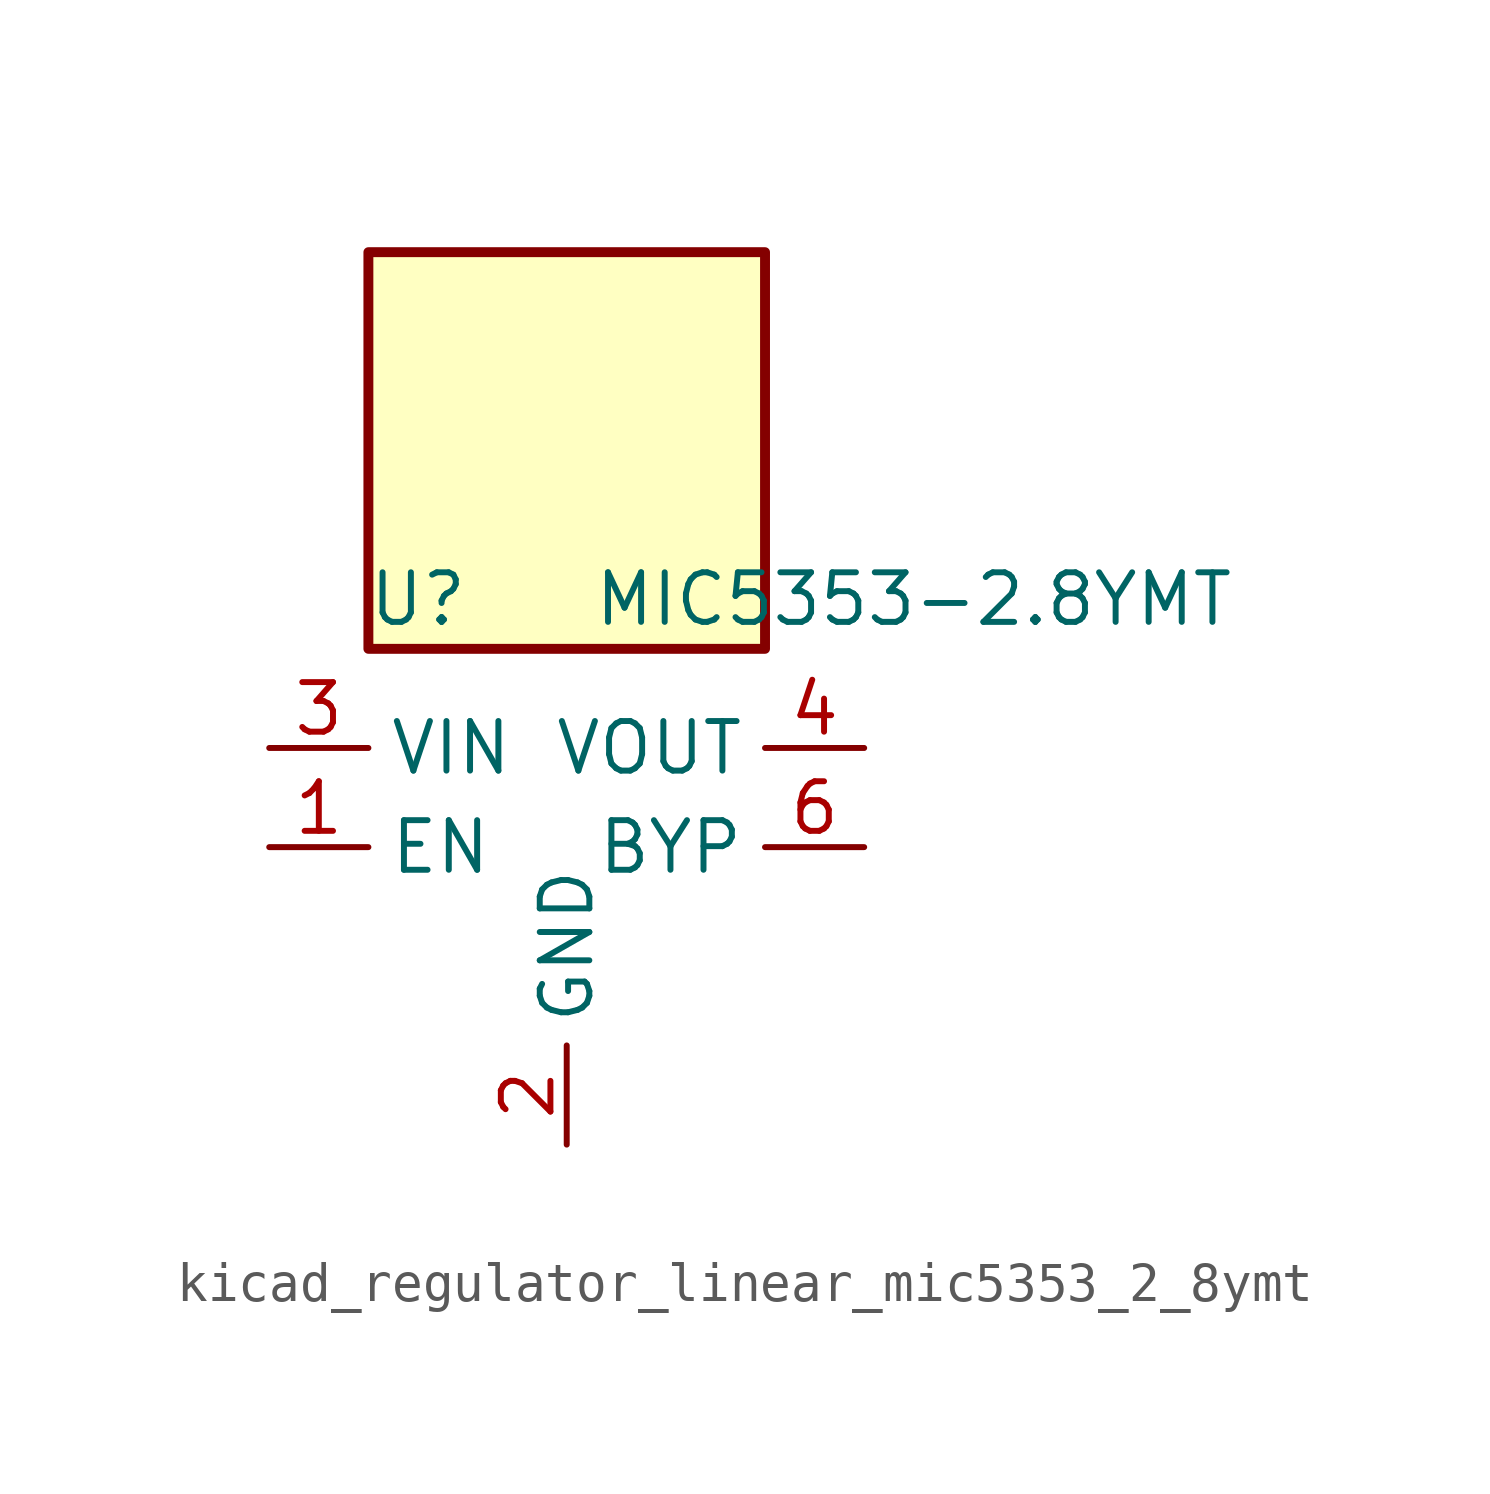
<source format=kicad_sym>
(kicad_symbol_lib
  (version 20220914)
  (generator kicad_symbol_editor)
  (symbol "kicad_regulator_linear_mic5353_2_8ymt"
    (property "Reference" "U"
      (at -3.81 6.35 0)
      (effects (font (size 1.27 1.27))))
    (property "Value" "MIC5353-2.8YMT"
      (at 8.89 6.35 0)
      (effects (font (size 1.27 1.27))))
    (symbol "kicad_regulator_linear_mic5353_2_8ymt_0_1"
      (rectangle (start 5.08 15.24) (end -5.08 5.08) (stroke (width 0.254) (type default)) (fill (type background)))
      (pin input line (at -7.62 0 0) (length 2.54) (name "EN" (effects (font (size 1.27 1.27)))) (number "1" (effects (font (size 1.27 1.27)))))
      (pin power_in line (at 0 -7.62 90) (length 2.54) (name "GND" (effects (font (size 1.27 1.27)))) (number "2" (effects (font (size 1.27 1.27)))))
      (pin power_in line (at -7.62 2.54 0) (length 2.54) (name "VIN" (effects (font (size 1.27 1.27)))) (number "3" (effects (font (size 1.27 1.27)))))
      (pin power_out line (at 7.62 2.54 180) (length 2.54) (name "VOUT" (effects (font (size 1.27 1.27)))) (number "4" (effects (font (size 1.27 1.27)))))
      (pin no_connect line (at 5.08 -2.54 180) (length 2.54) hide (name "NC" (effects (font (size 1.27 1.27)))) (number "5" (effects (font (size 1.27 1.27)))))
      (pin passive line (at 7.62 0 180) (length 2.54) (name "BYP" (effects (font (size 1.27 1.27)))) (number "6" (effects (font (size 1.27 1.27)))))
      (pin passive line (at 0 -7.62 90) (length 2.54) hide (name "GND" (effects (font (size 1.27 1.27)))) (number "7" (effects (font (size 1.27 1.27))))))))
</source>
